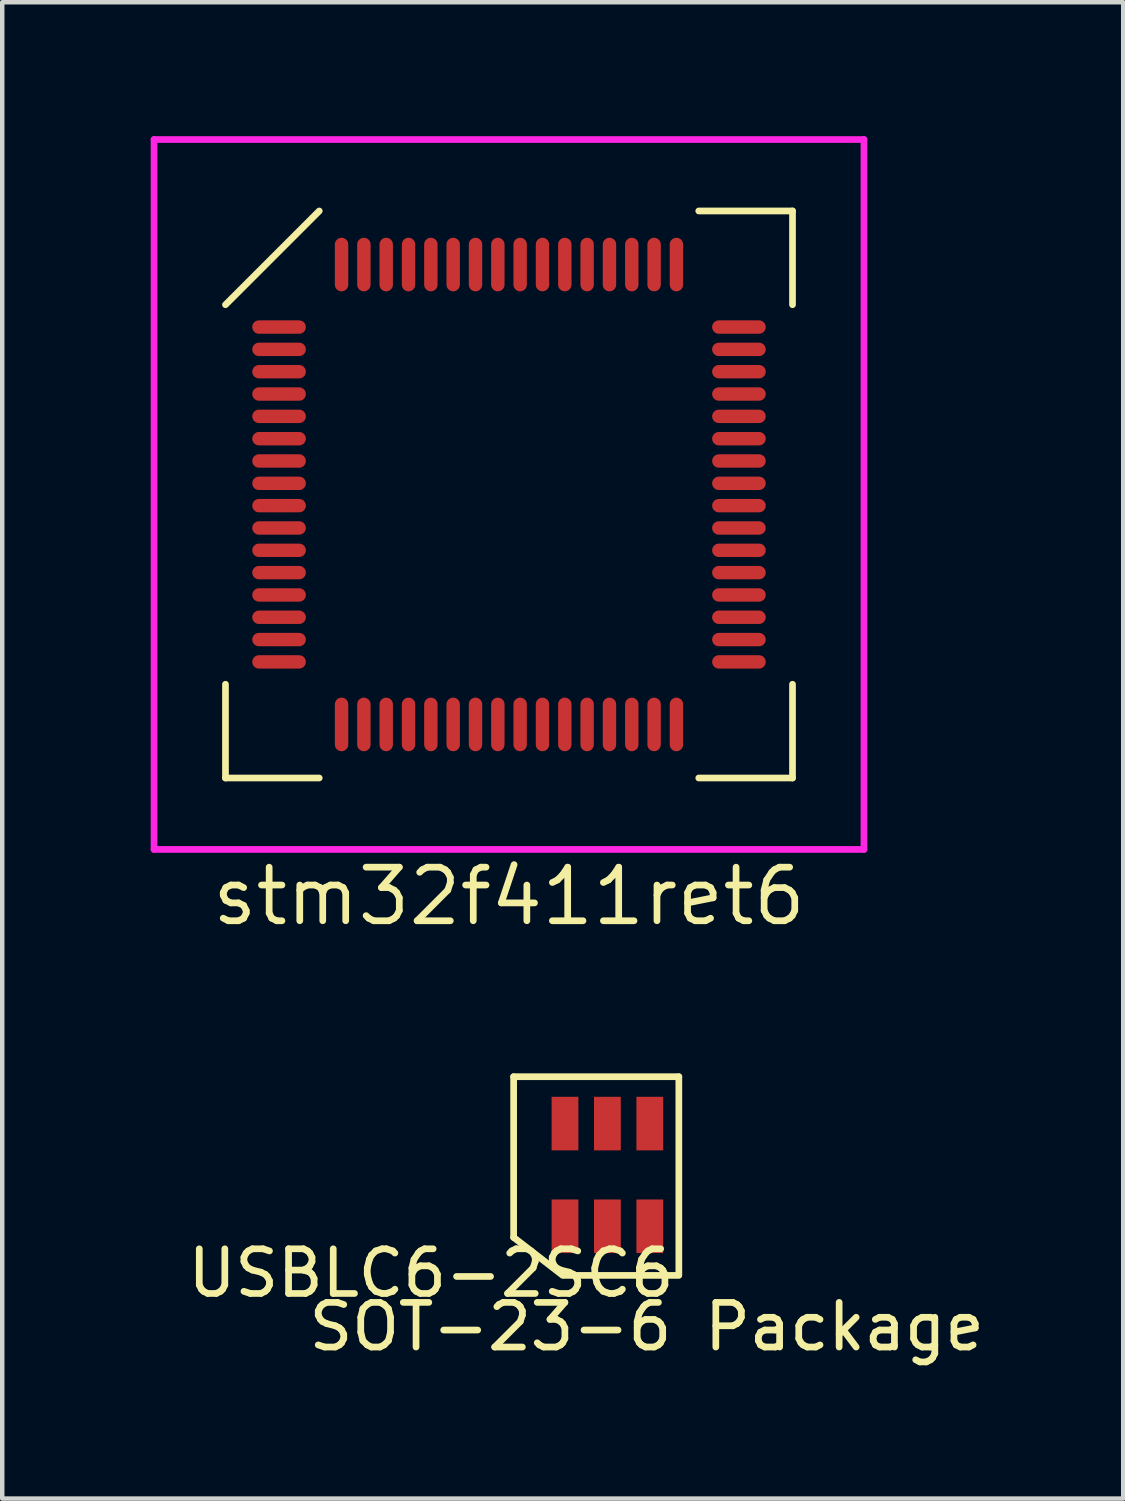
<source format=kicad_pcb>
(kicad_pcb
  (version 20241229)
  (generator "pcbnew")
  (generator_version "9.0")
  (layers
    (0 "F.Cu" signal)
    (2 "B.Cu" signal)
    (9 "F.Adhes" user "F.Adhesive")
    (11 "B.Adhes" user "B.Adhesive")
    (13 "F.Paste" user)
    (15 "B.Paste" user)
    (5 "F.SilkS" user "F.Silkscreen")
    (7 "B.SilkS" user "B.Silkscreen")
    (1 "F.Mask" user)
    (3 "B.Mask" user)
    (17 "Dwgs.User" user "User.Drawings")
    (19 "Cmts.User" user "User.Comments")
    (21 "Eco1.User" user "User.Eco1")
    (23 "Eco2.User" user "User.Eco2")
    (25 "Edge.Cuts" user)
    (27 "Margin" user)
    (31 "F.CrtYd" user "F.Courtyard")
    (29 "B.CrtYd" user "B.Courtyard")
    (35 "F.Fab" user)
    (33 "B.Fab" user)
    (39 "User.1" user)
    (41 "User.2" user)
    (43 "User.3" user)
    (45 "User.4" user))
  (footprint "USBLC6-2SC6"
    (layer "F.Cu")
    (at 9.604 23.265)
    (property "Reference" "USBLC6-2SC6" (at -3 2.2 0) (layer "F.SilkS") (effects (font (size 1 1) (thickness 0.15))))
    (attr through_hole)
    (fp_line (start -1.15 -2.2) (end -1.15 1.4) (stroke (width 0.15) (type solid)) (layer "F.SilkS"))
    (fp_line (start -0.05 2.25) (end -1.15 1.4) (stroke (width 0.15) (type solid)) (layer "F.SilkS"))
    (fp_line (start 0 2.25) (end 2.5 2.25) (stroke (width 0.15) (type solid)) (layer "F.SilkS"))
    (fp_line (start 2.55 -2.2) (end -1.15 -2.2) (stroke (width 0.15) (type solid)) (layer "F.SilkS"))
    (fp_line (start 2.55 2.25) (end 2.55 -2.2) (stroke (width 0.15) (type solid)) (layer "F.SilkS"))
    (fp_text user "  	SOT-23-6 Package" (at -0.05 3.4 0) (layer "F.SilkS") (effects (font (size 1 1) (thickness 0.15))))
    (pad "1" smd rect (at 0 1.15) (size 0.6 1.2) (layers "F.Cu" "F.Mask" "F.Paste"))
    (pad "2" smd rect (at 0.95 1.15) (size 0.6 1.2) (layers "F.Cu" "F.Mask" "F.Paste"))
    (pad "3" smd rect (at 1.9 1.15) (size 0.6 1.2) (layers "F.Cu" "F.Mask" "F.Paste"))
    (pad "4" smd rect (at 0 -1.15) (size 0.6 1.2) (layers "F.Cu" "F.Mask" "F.Paste"))
    (pad "5" smd rect (at 0.95 -1.15) (size 0.6 1.2) (layers "F.Cu" "F.Mask" "F.Paste"))
    (pad "6" smd rect (at 1.9 -1.15) (size 0.6 1.2) (layers "F.Cu" "F.Mask" "F.Paste")))
  (footprint "stm32f411ret6"
    (layer "F.Cu")
    (at 0.25 16.025)
    (property "Reference" "stm32f411ret6" (at 8.1 1 0) (layer "F.SilkS") (effects (font (size 1.2 1.2) (thickness 0.15))))
    (attr through_hole)
    (fp_line (start 1.75 -12.25) (end 3.85 -14.35) (stroke (width 0.15) (type solid)) (layer "F.SilkS"))
    (fp_line (start 1.75 -1.65) (end 1.75 -3.75) (stroke (width 0.15) (type solid)) (layer "F.SilkS"))
    (fp_line (start 3.85 -1.65) (end 1.75 -1.65) (stroke (width 0.15) (type solid)) (layer "F.SilkS"))
    (fp_line (start 12.35 -14.35) (end 14.45 -14.35) (stroke (width 0.15) (type solid)) (layer "F.SilkS"))
    (fp_line (start 12.35 -1.65) (end 14.45 -1.65) (stroke (width 0.15) (type solid)) (layer "F.SilkS"))
    (fp_line (start 14.45 -14.35) (end 14.45 -12.25) (stroke (width 0.15) (type solid)) (layer "F.SilkS"))
    (fp_line (start 14.45 -1.65) (end 14.45 -3.75) (stroke (width 0.15) (type solid)) (layer "F.SilkS"))
    (fp_line (start 0.15 -15.95) (end 16.05 -15.95) (stroke (width 0.15) (type solid)) (layer "F.CrtYd"))
    (fp_line (start 0.15 -0.05) (end 0.15 -15.95) (stroke (width 0.15) (type solid)) (layer "F.CrtYd"))
    (fp_line (start 16.05 -15.95) (end 16.05 -0.05) (stroke (width 0.15) (type solid)) (layer "F.CrtYd"))
    (fp_line (start 16.05 -0.05) (end 0.15 -0.05) (stroke (width 0.15) (type solid)) (layer "F.CrtYd"))
    (pad "1" smd oval (at 2.95 -11.75 90) (size 0.3 1.2) (layers "F.Cu" "F.Mask" "F.Paste"))
    (pad "2" smd oval (at 2.95 -11.25 90) (size 0.3 1.2) (layers "F.Cu" "F.Mask" "F.Paste"))
    (pad "3" smd oval (at 2.95 -10.75 90) (size 0.3 1.2) (layers "F.Cu" "F.Mask" "F.Paste"))
    (pad "4" smd oval (at 2.95 -10.25 90) (size 0.3 1.2) (layers "F.Cu" "F.Mask" "F.Paste"))
    (pad "5" smd oval (at 2.95 -9.75 90) (size 0.3 1.2) (layers "F.Cu" "F.Mask" "F.Paste"))
    (pad "6" smd oval (at 2.95 -9.25 90) (size 0.3 1.2) (layers "F.Cu" "F.Mask" "F.Paste"))
    (pad "7" smd oval (at 2.95 -8.75 90) (size 0.3 1.2) (layers "F.Cu" "F.Mask" "F.Paste"))
    (pad "8" smd oval (at 2.95 -8.25 90) (size 0.3 1.2) (layers "F.Cu" "F.Mask" "F.Paste"))
    (pad "9" smd oval (at 2.95 -7.75 90) (size 0.3 1.2) (layers "F.Cu" "F.Mask" "F.Paste"))
    (pad "10" smd oval (at 2.95 -7.25 90) (size 0.3 1.2) (layers "F.Cu" "F.Mask" "F.Paste"))
    (pad "11" smd oval (at 2.95 -6.75 90) (size 0.3 1.2) (layers "F.Cu" "F.Mask" "F.Paste"))
    (pad "12" smd oval (at 2.95 -6.25 90) (size 0.3 1.2) (layers "F.Cu" "F.Mask" "F.Paste"))
    (pad "13" smd oval (at 2.95 -5.75 90) (size 0.3 1.2) (layers "F.Cu" "F.Mask" "F.Paste"))
    (pad "14" smd oval (at 2.95 -5.25 90) (size 0.3 1.2) (layers "F.Cu" "F.Mask" "F.Paste"))
    (pad "15" smd oval (at 2.95 -4.75 90) (size 0.3 1.2) (layers "F.Cu" "F.Mask" "F.Paste"))
    (pad "16" smd oval (at 2.95 -4.25 90) (size 0.3 1.2) (layers "F.Cu" "F.Mask" "F.Paste"))
    (pad "17" smd oval (at 4.35 -2.85) (size 0.3 1.2) (layers "F.Cu" "F.Mask" "F.Paste"))
    (pad "18" smd oval (at 4.85 -2.85) (size 0.3 1.2) (layers "F.Cu" "F.Mask" "F.Paste"))
    (pad "19" smd oval (at 5.35 -2.85) (size 0.3 1.2) (layers "F.Cu" "F.Mask" "F.Paste"))
    (pad "20" smd oval (at 5.85 -2.85) (size 0.3 1.2) (layers "F.Cu" "F.Mask" "F.Paste"))
    (pad "21" smd oval (at 6.35 -2.85) (size 0.3 1.2) (layers "F.Cu" "F.Mask" "F.Paste"))
    (pad "22" smd oval (at 6.85 -2.85) (size 0.3 1.2) (layers "F.Cu" "F.Mask" "F.Paste"))
    (pad "23" smd oval (at 7.35 -2.85) (size 0.3 1.2) (layers "F.Cu" "F.Mask" "F.Paste"))
    (pad "24" smd oval (at 7.85 -2.85) (size 0.3 1.2) (layers "F.Cu" "F.Mask" "F.Paste"))
    (pad "25" smd oval (at 8.35 -2.85) (size 0.3 1.2) (layers "F.Cu" "F.Mask" "F.Paste"))
    (pad "26" smd oval (at 8.85 -2.85) (size 0.3 1.2) (layers "F.Cu" "F.Mask" "F.Paste"))
    (pad "27" smd oval (at 9.35 -2.85) (size 0.3 1.2) (layers "F.Cu" "F.Mask" "F.Paste"))
    (pad "28" smd oval (at 9.85 -2.85) (size 0.3 1.2) (layers "F.Cu" "F.Mask" "F.Paste"))
    (pad "29" smd oval (at 10.35 -2.85) (size 0.3 1.2) (layers "F.Cu" "F.Mask" "F.Paste"))
    (pad "30" smd oval (at 10.85 -2.85) (size 0.3 1.2) (layers "F.Cu" "F.Mask" "F.Paste"))
    (pad "31" smd oval (at 11.35 -2.85) (size 0.3 1.2) (layers "F.Cu" "F.Mask" "F.Paste"))
    (pad "32" smd oval (at 11.85 -2.85) (size 0.3 1.2) (layers "F.Cu" "F.Mask" "F.Paste"))
    (pad "33" smd oval (at 13.25 -4.25 90) (size 0.3 1.2) (layers "F.Cu" "F.Mask" "F.Paste"))
    (pad "34" smd oval (at 13.25 -4.75 90) (size 0.3 1.2) (layers "F.Cu" "F.Mask" "F.Paste"))
    (pad "35" smd oval (at 13.25 -5.25 90) (size 0.3 1.2) (layers "F.Cu" "F.Mask" "F.Paste"))
    (pad "36" smd oval (at 13.25 -5.75 90) (size 0.3 1.2) (layers "F.Cu" "F.Mask" "F.Paste"))
    (pad "37" smd oval (at 13.25 -6.25 90) (size 0.3 1.2) (layers "F.Cu" "F.Mask" "F.Paste"))
    (pad "38" smd oval (at 13.25 -6.75 90) (size 0.3 1.2) (layers "F.Cu" "F.Mask" "F.Paste"))
    (pad "39" smd oval (at 13.25 -7.25 90) (size 0.3 1.2) (layers "F.Cu" "F.Mask" "F.Paste"))
    (pad "40" smd oval (at 13.25 -7.75 90) (size 0.3 1.2) (layers "F.Cu" "F.Mask" "F.Paste"))
    (pad "41" smd oval (at 13.25 -8.25 90) (size 0.3 1.2) (layers "F.Cu" "F.Mask" "F.Paste"))
    (pad "42" smd oval (at 13.25 -8.75 90) (size 0.3 1.2) (layers "F.Cu" "F.Mask" "F.Paste"))
    (pad "43" smd oval (at 13.25 -9.25 90) (size 0.3 1.2) (layers "F.Cu" "F.Mask" "F.Paste"))
    (pad "44" smd oval (at 13.25 -9.75 90) (size 0.3 1.2) (layers "F.Cu" "F.Mask" "F.Paste"))
    (pad "45" smd oval (at 13.25 -10.25 90) (size 0.3 1.2) (layers "F.Cu" "F.Mask" "F.Paste"))
    (pad "46" smd oval (at 13.25 -10.75 90) (size 0.3 1.2) (layers "F.Cu" "F.Mask" "F.Paste"))
    (pad "47" smd oval (at 13.25 -11.25 90) (size 0.3 1.2) (layers "F.Cu" "F.Mask" "F.Paste"))
    (pad "48" smd oval (at 13.25 -11.75 90) (size 0.3 1.2) (layers "F.Cu" "F.Mask" "F.Paste"))
    (pad "49" smd oval (at 11.85 -13.15) (size 0.3 1.2) (layers "F.Cu" "F.Mask" "F.Paste"))
    (pad "50" smd oval (at 11.35 -13.15) (size 0.3 1.2) (layers "F.Cu" "F.Mask" "F.Paste"))
    (pad "51" smd oval (at 10.85 -13.15) (size 0.3 1.2) (layers "F.Cu" "F.Mask" "F.Paste"))
    (pad "52" smd oval (at 10.35 -13.15) (size 0.3 1.2) (layers "F.Cu" "F.Mask" "F.Paste"))
    (pad "53" smd oval (at 9.85 -13.15) (size 0.3 1.2) (layers "F.Cu" "F.Mask" "F.Paste"))
    (pad "54" smd oval (at 9.35 -13.15) (size 0.3 1.2) (layers "F.Cu" "F.Mask" "F.Paste"))
    (pad "55" smd oval (at 8.85 -13.15) (size 0.3 1.2) (layers "F.Cu" "F.Mask" "F.Paste"))
    (pad "56" smd oval (at 8.35 -13.15) (size 0.3 1.2) (layers "F.Cu" "F.Mask" "F.Paste"))
    (pad "57" smd oval (at 7.85 -13.15) (size 0.3 1.2) (layers "F.Cu" "F.Mask" "F.Paste"))
    (pad "58" smd oval (at 7.35 -13.15) (size 0.3 1.2) (layers "F.Cu" "F.Mask" "F.Paste"))
    (pad "59" smd oval (at 6.85 -13.15) (size 0.3 1.2) (layers "F.Cu" "F.Mask" "F.Paste"))
    (pad "60" smd oval (at 6.35 -13.15) (size 0.3 1.2) (layers "F.Cu" "F.Mask" "F.Paste"))
    (pad "61" smd oval (at 5.85 -13.15) (size 0.3 1.2) (layers "F.Cu" "F.Mask" "F.Paste"))
    (pad "62" smd oval (at 5.35 -13.15) (size 0.3 1.2) (layers "F.Cu" "F.Mask" "F.Paste"))
    (pad "63" smd oval (at 4.85 -13.15) (size 0.3 1.2) (layers "F.Cu" "F.Mask" "F.Paste"))
    (pad "64" smd oval (at 4.35 -13.15) (size 0.3 1.2) (layers "F.Cu" "F.Mask" "F.Paste")))
  (gr_rect
    (start -3 -3)
    (end 22.107 30.514)
    (stroke (width 0.1) (type default))
    (fill no)
    (layer "Edge.Cuts")))
</source>
